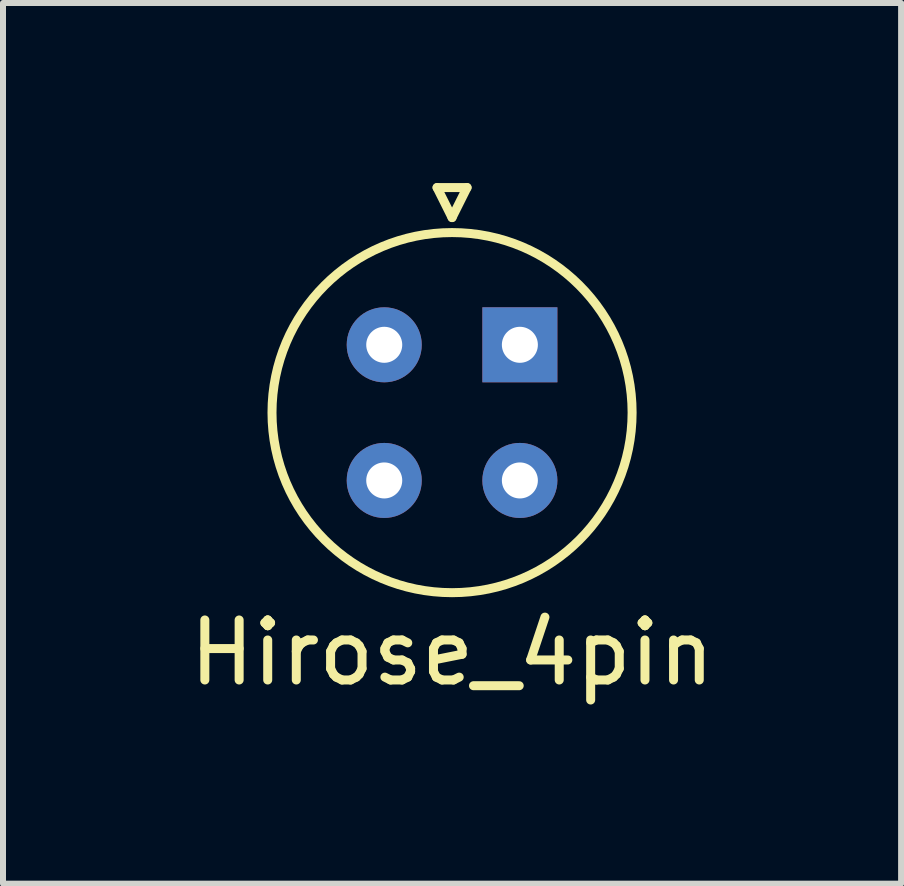
<source format=kicad_pcb>
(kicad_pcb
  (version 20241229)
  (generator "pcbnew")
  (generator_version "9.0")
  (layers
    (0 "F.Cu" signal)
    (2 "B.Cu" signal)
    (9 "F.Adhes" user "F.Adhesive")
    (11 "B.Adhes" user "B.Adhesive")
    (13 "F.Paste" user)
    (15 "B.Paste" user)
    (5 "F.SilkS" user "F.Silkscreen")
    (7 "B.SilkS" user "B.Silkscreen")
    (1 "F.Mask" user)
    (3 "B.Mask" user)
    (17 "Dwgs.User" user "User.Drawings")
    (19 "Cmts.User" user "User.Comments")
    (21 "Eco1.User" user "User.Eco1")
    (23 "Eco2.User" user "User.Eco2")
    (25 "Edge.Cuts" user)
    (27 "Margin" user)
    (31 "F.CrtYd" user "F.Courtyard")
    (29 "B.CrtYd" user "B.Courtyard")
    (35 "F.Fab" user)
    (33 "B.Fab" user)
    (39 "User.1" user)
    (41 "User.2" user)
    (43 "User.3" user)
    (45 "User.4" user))
  (footprint "Hirose_4pin"
    (layer "F.Cu")
    (at 4.482 3.825)
    (property "Reference" "Hirose_4pin" (at 0 4 0) (layer "F.SilkS") (effects (font (size 1 1) (thickness 0.15))))
    (attr through_hole)
    (fp_line (start -0.25 -3.75) (end 0.25 -3.75) (stroke (width 0.15) (type solid)) (layer "F.SilkS"))
    (fp_line (start 0 -3.25) (end -0.25 -3.75) (stroke (width 0.15) (type solid)) (layer "F.SilkS"))
    (fp_line (start 0.25 -3.75) (end 0 -3.25) (stroke (width 0.15) (type solid)) (layer "F.SilkS"))
    (fp_circle (center 0 0) (end -3 0) (stroke (width 0.15) (type solid)) (fill no) (layer "F.SilkS"))
    (pad "1" thru_hole rect (at 1.13 -1.13) (size 1.25 1.25) (drill 0.6) (layers "*.Cu" "*.Mask"))
    (pad "2" thru_hole circle (at 1.13 1.13) (size 1.25 1.25) (drill 0.6) (layers "*.Cu" "*.Mask"))
    (pad "3" thru_hole circle (at -1.13 1.13) (size 1.25 1.25) (drill 0.6) (layers "*.Cu" "*.Mask"))
    (pad "4" thru_hole circle (at -1.13 -1.13) (size 1.25 1.25) (drill 0.6) (layers "*.Cu" "*.Mask")))
  (gr_rect
    (start -3 -3)
    (end 11.964 11.673)
    (stroke (width 0.1) (type default))
    (fill no)
    (layer "Edge.Cuts")))
</source>
